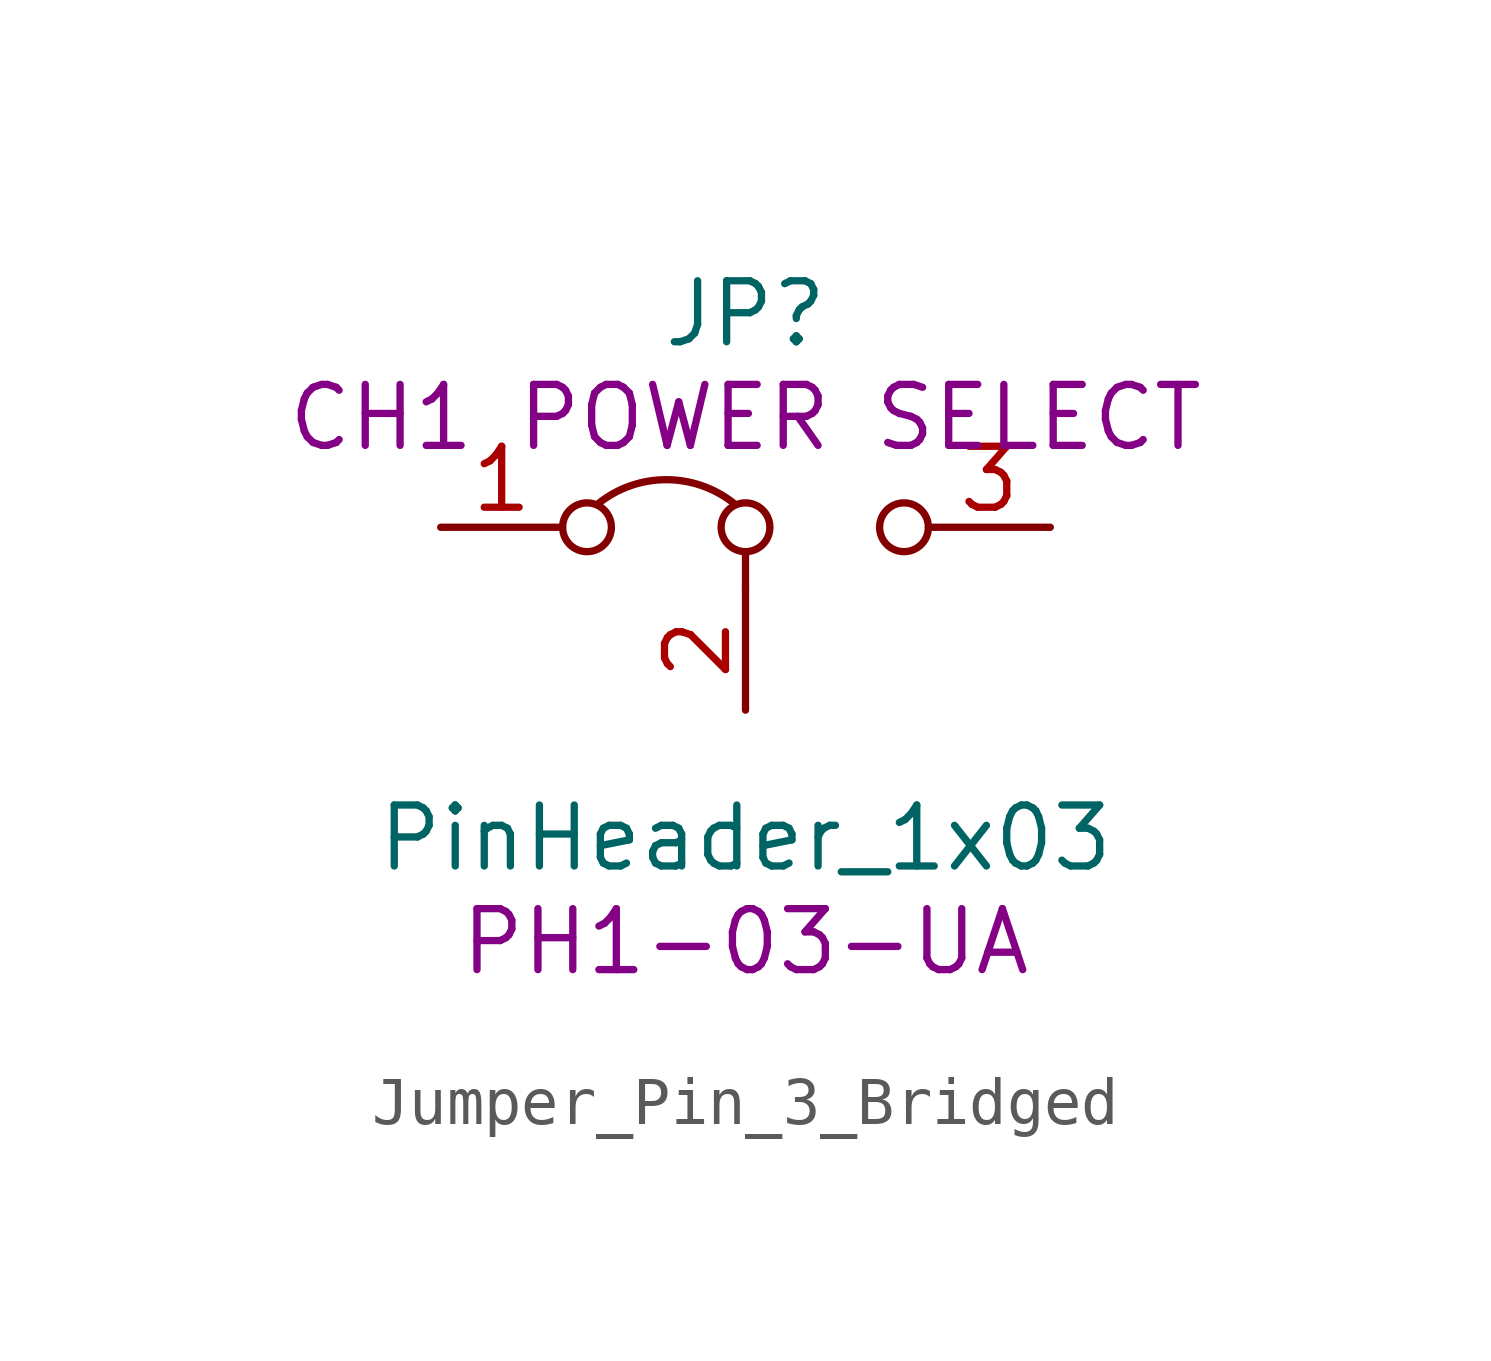
<source format=kicad_sym>
(kicad_symbol_lib
  (version 20220914)
  (generator kicad_symbol_editor)
  (symbol "Jumper_Pin_3_Bridged"
    (pin_names
      (offset 0) hide)
    (property "Reference" "JP"
      (at 0 4.445 0)
      (do_not_autoplace)
      (effects (font (size 1.27 1.27))))
    (property "Value" "PinHeader_1x03"
      (at 0 -6.477 0)
      (do_not_autoplace)
      (effects (font (size 1.27 1.27))))
    (property "Manufacturer PN" "PH1-03-UA"
      (at 0 -8.636 0)
      (do_not_autoplace)
      (effects (font (size 1.27 1.27))))
    (property "Silkscreen" "CH1 POWER SELECT"
      (at 0 2.286 0)
      (effects (font (size 1.27 1.27))))
    (symbol "Jumper_Pin_3_Bridged_0_0"
      (circle (center -3.302 0) (radius 0.508) (stroke (width 0) (type default)) (fill (type none)))
      (circle (center 0 0) (radius 0.508) (stroke (width 0) (type default)) (fill (type none)))
      (circle (center 3.302 0) (radius 0.508) (stroke (width 0) (type default)) (fill (type none))))
    (symbol "Jumper_Pin_3_Bridged_0_1"
      (arc (start -0.254 0.508) (mid -1.651 0.9912) (end -3.048 0.508) (stroke (width 0) (type default)) (fill (type none)))
      (polyline (pts (xy 0 -1.27) (xy 0 -0.508)) (stroke (width 0) (type default)) (fill (type none))))
    (symbol "Jumper_Pin_3_Bridged_1_1"
      (pin passive line (at -6.35 0 0) (length 2.54) (name "A" (effects (font (size 1.27 1.27)))) (number "1" (effects (font (size 1.27 1.27)))))
      (pin passive line (at 0 -3.81 90) (length 2.54) (name "C" (effects (font (size 1.27 1.27)))) (number "2" (effects (font (size 1.27 1.27)))))
      (pin passive line (at 6.35 0 180) (length 2.54) (name "B" (effects (font (size 1.27 1.27)))) (number "3" (effects (font (size 1.27 1.27))))))))
</source>
